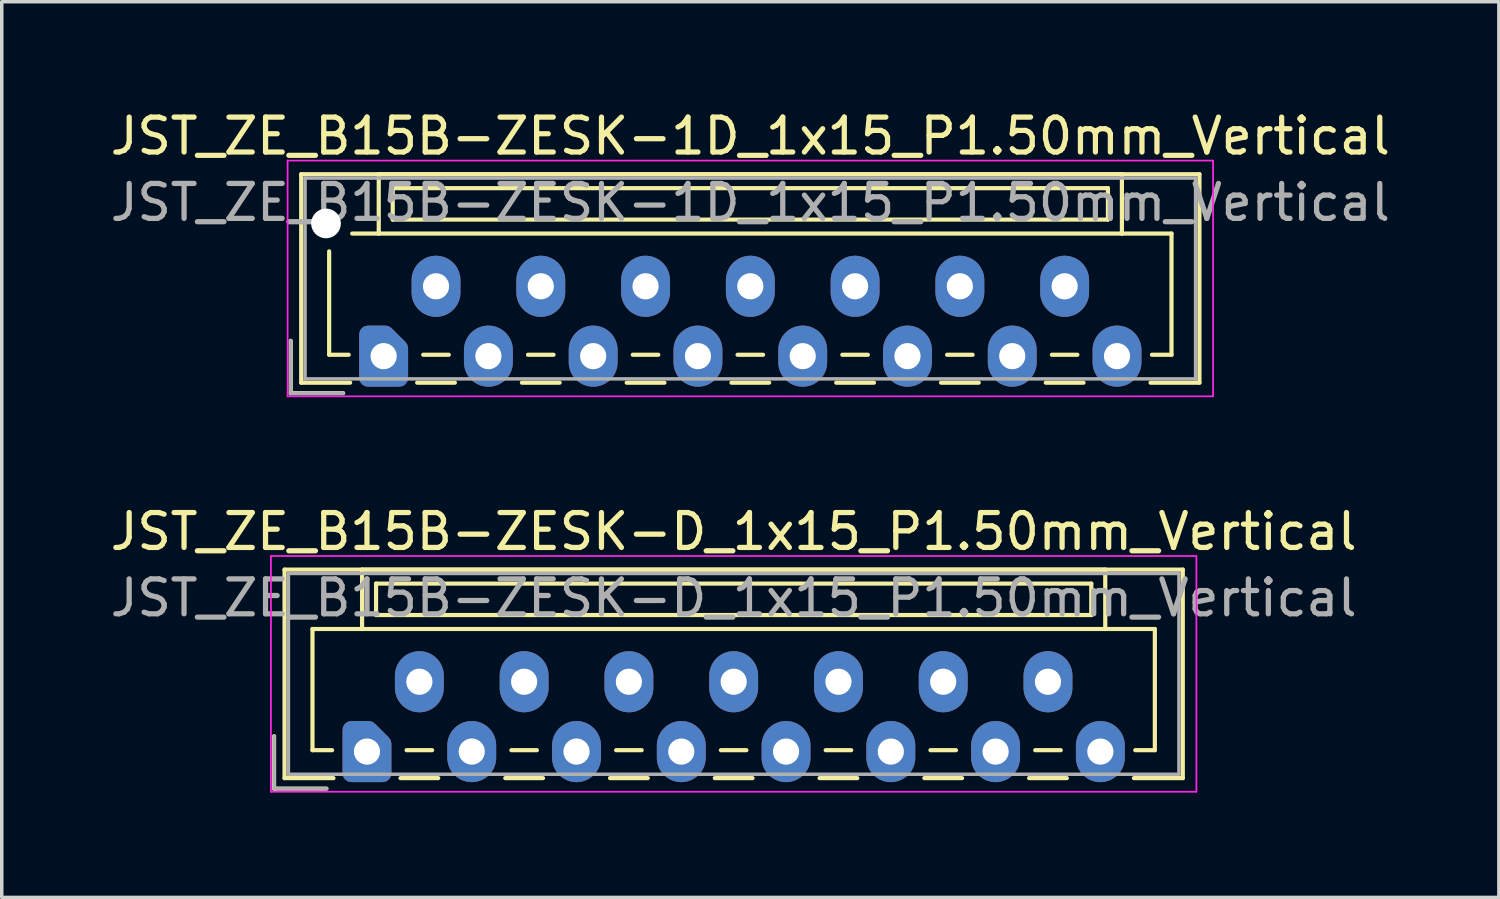
<source format=kicad_pcb>
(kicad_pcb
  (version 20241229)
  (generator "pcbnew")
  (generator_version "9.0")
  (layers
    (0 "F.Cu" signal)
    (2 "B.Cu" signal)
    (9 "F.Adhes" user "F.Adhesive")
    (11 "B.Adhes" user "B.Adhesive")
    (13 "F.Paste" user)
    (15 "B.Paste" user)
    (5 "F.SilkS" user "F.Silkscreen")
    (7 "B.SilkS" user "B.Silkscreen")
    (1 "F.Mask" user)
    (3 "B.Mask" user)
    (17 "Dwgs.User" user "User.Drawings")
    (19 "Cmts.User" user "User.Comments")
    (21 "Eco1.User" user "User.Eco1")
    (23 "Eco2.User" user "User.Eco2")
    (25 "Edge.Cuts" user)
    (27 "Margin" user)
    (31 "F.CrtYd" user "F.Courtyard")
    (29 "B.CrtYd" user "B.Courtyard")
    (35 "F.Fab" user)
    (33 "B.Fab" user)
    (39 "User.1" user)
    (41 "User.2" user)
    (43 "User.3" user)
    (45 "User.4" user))
  (footprint "JST_ZE_B15B-ZESK-D_1x15_P1.50mm_Vertical"
    (layer "F.Cu")
    (at 7.458 18.471)
    (property "Reference" "JST_ZE_B15B-ZESK-D_1x15_P1.50mm_Vertical" (at 10.5 -6.3 0) (layer "F.SilkS") (effects (font (size 1 1) (thickness 0.15))))
    (attr through_hole)
    (fp_line (start -2.66 -0.44) (end -2.66 1.06) (stroke (width 0.12) (type solid)) (layer "F.SilkS"))
    (fp_line (start -2.66 1.06) (end -1.16 1.06) (stroke (width 0.12) (type solid)) (layer "F.SilkS"))
    (fp_line (start -2.36 -5.21) (end 23.36 -5.21) (stroke (width 0.12) (type solid)) (layer "F.SilkS"))
    (fp_line (start -2.36 0.76) (end -2.36 -5.21) (stroke (width 0.12) (type solid)) (layer "F.SilkS"))
    (fp_line (start -1.56 -3.51) (end -1.56 -0.04) (stroke (width 0.12) (type solid)) (layer "F.SilkS"))
    (fp_line (start -1.56 -0.04) (end -1 -0.04) (stroke (width 0.12) (type solid)) (layer "F.SilkS"))
    (fp_line (start -0.96 0.76) (end -2.36 0.76) (stroke (width 0.12) (type solid)) (layer "F.SilkS"))
    (fp_line (start -0.14 -5.21) (end -0.14 -3.51) (stroke (width 0.12) (type solid)) (layer "F.SilkS"))
    (fp_line (start -0.14 -3.51) (end -1.56 -3.51) (stroke (width 0.12) (type solid)) (layer "F.SilkS"))
    (fp_line (start -0.14 -3.51) (end 21.14 -3.51) (stroke (width 0.12) (type solid)) (layer "F.SilkS"))
    (fp_line (start 0.26 -4.81) (end 0.26 -3.91) (stroke (width 0.12) (type solid)) (layer "F.SilkS"))
    (fp_line (start 0.26 -3.91) (end 20.74 -3.91) (stroke (width 0.12) (type solid)) (layer "F.SilkS"))
    (fp_line (start 0.96 0.76) (end 2.04 0.76) (stroke (width 0.12) (type solid)) (layer "F.SilkS"))
    (fp_line (start 1.135 -0.04) (end 1.865 -0.04) (stroke (width 0.12) (type solid)) (layer "F.SilkS"))
    (fp_line (start 3.96 0.76) (end 5.04 0.76) (stroke (width 0.12) (type solid)) (layer "F.SilkS"))
    (fp_line (start 4.135 -0.04) (end 4.865 -0.04) (stroke (width 0.12) (type solid)) (layer "F.SilkS"))
    (fp_line (start 6.96 0.76) (end 8.04 0.76) (stroke (width 0.12) (type solid)) (layer "F.SilkS"))
    (fp_line (start 7.135 -0.04) (end 7.865 -0.04) (stroke (width 0.12) (type solid)) (layer "F.SilkS"))
    (fp_line (start 9.96 0.76) (end 11.04 0.76) (stroke (width 0.12) (type solid)) (layer "F.SilkS"))
    (fp_line (start 10.135 -0.04) (end 10.865 -0.04) (stroke (width 0.12) (type solid)) (layer "F.SilkS"))
    (fp_line (start 12.96 0.76) (end 14.04 0.76) (stroke (width 0.12) (type solid)) (layer "F.SilkS"))
    (fp_line (start 13.135 -0.04) (end 13.865 -0.04) (stroke (width 0.12) (type solid)) (layer "F.SilkS"))
    (fp_line (start 15.96 0.76) (end 17.04 0.76) (stroke (width 0.12) (type solid)) (layer "F.SilkS"))
    (fp_line (start 16.135 -0.04) (end 16.865 -0.04) (stroke (width 0.12) (type solid)) (layer "F.SilkS"))
    (fp_line (start 18.96 0.76) (end 20.04 0.76) (stroke (width 0.12) (type solid)) (layer "F.SilkS"))
    (fp_line (start 19.135 -0.04) (end 19.865 -0.04) (stroke (width 0.12) (type solid)) (layer "F.SilkS"))
    (fp_line (start 20.74 -4.81) (end 0.26 -4.81) (stroke (width 0.12) (type solid)) (layer "F.SilkS"))
    (fp_line (start 20.74 -3.91) (end 20.74 -4.81) (stroke (width 0.12) (type solid)) (layer "F.SilkS"))
    (fp_line (start 21.14 -5.21) (end -0.14 -5.21) (stroke (width 0.12) (type solid)) (layer "F.SilkS"))
    (fp_line (start 21.14 -3.51) (end 21.14 -5.21) (stroke (width 0.12) (type solid)) (layer "F.SilkS"))
    (fp_line (start 21.14 -3.51) (end 22.56 -3.51) (stroke (width 0.12) (type solid)) (layer "F.SilkS"))
    (fp_line (start 22.56 -3.51) (end 22.56 -0.04) (stroke (width 0.12) (type solid)) (layer "F.SilkS"))
    (fp_line (start 22.56 -0.04) (end 22 -0.04) (stroke (width 0.12) (type solid)) (layer "F.SilkS"))
    (fp_line (start 23.36 -5.21) (end 23.36 0.76) (stroke (width 0.12) (type solid)) (layer "F.SilkS"))
    (fp_line (start 23.36 0.76) (end 21.96 0.76) (stroke (width 0.12) (type solid)) (layer "F.SilkS"))
    (fp_line (start -2.75 -5.6) (end -2.75 1.15) (stroke (width 0.05) (type solid)) (layer "F.CrtYd"))
    (fp_line (start -2.75 1.15) (end 23.75 1.15) (stroke (width 0.05) (type solid)) (layer "F.CrtYd"))
    (fp_line (start 23.75 -5.6) (end -2.75 -5.6) (stroke (width 0.05) (type solid)) (layer "F.CrtYd"))
    (fp_line (start 23.75 1.15) (end 23.75 -5.6) (stroke (width 0.05) (type solid)) (layer "F.CrtYd"))
    (fp_line (start -2.66 -0.44) (end -2.66 1.06) (stroke (width 0.1) (type solid)) (layer "F.Fab"))
    (fp_line (start -2.66 1.06) (end -1.16 1.06) (stroke (width 0.1) (type solid)) (layer "F.Fab"))
    (fp_line (start -2.25 -5.1) (end -2.25 0.65) (stroke (width 0.1) (type solid)) (layer "F.Fab"))
    (fp_line (start -2.25 0.65) (end 23.25 0.65) (stroke (width 0.1) (type solid)) (layer "F.Fab"))
    (fp_line (start 23.25 -5.1) (end -2.25 -5.1) (stroke (width 0.1) (type solid)) (layer "F.Fab"))
    (fp_line (start 23.25 0.65) (end 23.25 -5.1) (stroke (width 0.1) (type solid)) (layer "F.Fab"))
    (fp_text user "${REFERENCE}" (at 10.5 -4.4 0) (layer "F.Fab") (effects (font (size 1 1) (thickness 0.15))))
    (pad "1" thru_hole custom (at 0 0) (size 1.117 1.117) (drill 0.75) (layers "*.Cu" "*.Mask") (options (anchor circle)) (primitives (gr_poly (pts (xy -0.45 -0.625) (xy 0.05 -0.625) (xy 0.45 -0.225) (xy 0.45 0.625) (xy -0.45 0.625)) (width 0.5) (fill yes))))
    (pad "2" thru_hole oval (at 1.5 -2) (size 1.4 1.75) (drill 0.75) (layers "*.Cu" "*.Mask"))
    (pad "3" thru_hole oval (at 3 0) (size 1.4 1.75) (drill 0.75) (layers "*.Cu" "*.Mask"))
    (pad "4" thru_hole oval (at 4.5 -2) (size 1.4 1.75) (drill 0.75) (layers "*.Cu" "*.Mask"))
    (pad "5" thru_hole oval (at 6 0) (size 1.4 1.75) (drill 0.75) (layers "*.Cu" "*.Mask"))
    (pad "6" thru_hole oval (at 7.5 -2) (size 1.4 1.75) (drill 0.75) (layers "*.Cu" "*.Mask"))
    (pad "7" thru_hole oval (at 9 0) (size 1.4 1.75) (drill 0.75) (layers "*.Cu" "*.Mask"))
    (pad "8" thru_hole oval (at 10.5 -2) (size 1.4 1.75) (drill 0.75) (layers "*.Cu" "*.Mask"))
    (pad "9" thru_hole oval (at 12 0) (size 1.4 1.75) (drill 0.75) (layers "*.Cu" "*.Mask"))
    (pad "10" thru_hole oval (at 13.5 -2) (size 1.4 1.75) (drill 0.75) (layers "*.Cu" "*.Mask"))
    (pad "11" thru_hole oval (at 15 0) (size 1.4 1.75) (drill 0.75) (layers "*.Cu" "*.Mask"))
    (pad "12" thru_hole oval (at 16.5 -2) (size 1.4 1.75) (drill 0.75) (layers "*.Cu" "*.Mask"))
    (pad "13" thru_hole oval (at 18 0) (size 1.4 1.75) (drill 0.75) (layers "*.Cu" "*.Mask"))
    (pad "14" thru_hole oval (at 19.5 -2) (size 1.4 1.75) (drill 0.75) (layers "*.Cu" "*.Mask"))
    (pad "15" thru_hole oval (at 21 0) (size 1.4 1.75) (drill 0.75) (layers "*.Cu" "*.Mask")))
  (footprint "JST_ZE_B15B-ZESK-1D_1x15_P1.50mm_Vertical"
    (layer "F.Cu")
    (at 7.935 7.148)
    (property "Reference" "JST_ZE_B15B-ZESK-1D_1x15_P1.50mm_Vertical" (at 10.5 -6.3 0) (layer "F.SilkS") (effects (font (size 1 1) (thickness 0.15))))
    (attr through_hole)
    (fp_line (start -2.66 -0.44) (end -2.66 1.06) (stroke (width 0.12) (type solid)) (layer "F.SilkS"))
    (fp_line (start -2.66 1.06) (end -1.16 1.06) (stroke (width 0.12) (type solid)) (layer "F.SilkS"))
    (fp_line (start -2.36 -5.21) (end 23.36 -5.21) (stroke (width 0.12) (type solid)) (layer "F.SilkS"))
    (fp_line (start -2.36 0.76) (end -2.36 -5.21) (stroke (width 0.12) (type solid)) (layer "F.SilkS"))
    (fp_line (start -1.56 -3) (end -1.56 -0.04) (stroke (width 0.12) (type solid)) (layer "F.SilkS"))
    (fp_line (start -1.56 -0.04) (end -1 -0.04) (stroke (width 0.12) (type solid)) (layer "F.SilkS"))
    (fp_line (start -0.96 0.76) (end -2.36 0.76) (stroke (width 0.12) (type solid)) (layer "F.SilkS"))
    (fp_line (start -0.14 -5.21) (end -0.14 -3.51) (stroke (width 0.12) (type solid)) (layer "F.SilkS"))
    (fp_line (start -0.14 -3.51) (end -0.9 -3.51) (stroke (width 0.12) (type solid)) (layer "F.SilkS"))
    (fp_line (start -0.14 -3.51) (end 21.14 -3.51) (stroke (width 0.12) (type solid)) (layer "F.SilkS"))
    (fp_line (start 0.26 -4.81) (end 0.26 -3.91) (stroke (width 0.12) (type solid)) (layer "F.SilkS"))
    (fp_line (start 0.26 -3.91) (end 20.74 -3.91) (stroke (width 0.12) (type solid)) (layer "F.SilkS"))
    (fp_line (start 0.96 0.76) (end 2.04 0.76) (stroke (width 0.12) (type solid)) (layer "F.SilkS"))
    (fp_line (start 1.135 -0.04) (end 1.865 -0.04) (stroke (width 0.12) (type solid)) (layer "F.SilkS"))
    (fp_line (start 3.96 0.76) (end 5.04 0.76) (stroke (width 0.12) (type solid)) (layer "F.SilkS"))
    (fp_line (start 4.135 -0.04) (end 4.865 -0.04) (stroke (width 0.12) (type solid)) (layer "F.SilkS"))
    (fp_line (start 6.96 0.76) (end 8.04 0.76) (stroke (width 0.12) (type solid)) (layer "F.SilkS"))
    (fp_line (start 7.135 -0.04) (end 7.865 -0.04) (stroke (width 0.12) (type solid)) (layer "F.SilkS"))
    (fp_line (start 9.96 0.76) (end 11.04 0.76) (stroke (width 0.12) (type solid)) (layer "F.SilkS"))
    (fp_line (start 10.135 -0.04) (end 10.865 -0.04) (stroke (width 0.12) (type solid)) (layer "F.SilkS"))
    (fp_line (start 12.96 0.76) (end 14.04 0.76) (stroke (width 0.12) (type solid)) (layer "F.SilkS"))
    (fp_line (start 13.135 -0.04) (end 13.865 -0.04) (stroke (width 0.12) (type solid)) (layer "F.SilkS"))
    (fp_line (start 15.96 0.76) (end 17.04 0.76) (stroke (width 0.12) (type solid)) (layer "F.SilkS"))
    (fp_line (start 16.135 -0.04) (end 16.865 -0.04) (stroke (width 0.12) (type solid)) (layer "F.SilkS"))
    (fp_line (start 18.96 0.76) (end 20.04 0.76) (stroke (width 0.12) (type solid)) (layer "F.SilkS"))
    (fp_line (start 19.135 -0.04) (end 19.865 -0.04) (stroke (width 0.12) (type solid)) (layer "F.SilkS"))
    (fp_line (start 20.74 -4.81) (end 0.26 -4.81) (stroke (width 0.12) (type solid)) (layer "F.SilkS"))
    (fp_line (start 20.74 -3.91) (end 20.74 -4.81) (stroke (width 0.12) (type solid)) (layer "F.SilkS"))
    (fp_line (start 21.14 -5.21) (end -0.14 -5.21) (stroke (width 0.12) (type solid)) (layer "F.SilkS"))
    (fp_line (start 21.14 -3.51) (end 21.14 -5.21) (stroke (width 0.12) (type solid)) (layer "F.SilkS"))
    (fp_line (start 21.14 -3.51) (end 22.56 -3.51) (stroke (width 0.12) (type solid)) (layer "F.SilkS"))
    (fp_line (start 22.56 -3.51) (end 22.56 -0.04) (stroke (width 0.12) (type solid)) (layer "F.SilkS"))
    (fp_line (start 22.56 -0.04) (end 22 -0.04) (stroke (width 0.12) (type solid)) (layer "F.SilkS"))
    (fp_line (start 23.36 -5.21) (end 23.36 0.76) (stroke (width 0.12) (type solid)) (layer "F.SilkS"))
    (fp_line (start 23.36 0.76) (end 21.96 0.76) (stroke (width 0.12) (type solid)) (layer "F.SilkS"))
    (fp_line (start -2.75 -5.6) (end -2.75 1.15) (stroke (width 0.05) (type solid)) (layer "F.CrtYd"))
    (fp_line (start -2.75 1.15) (end 23.75 1.15) (stroke (width 0.05) (type solid)) (layer "F.CrtYd"))
    (fp_line (start 23.75 -5.6) (end -2.75 -5.6) (stroke (width 0.05) (type solid)) (layer "F.CrtYd"))
    (fp_line (start 23.75 1.15) (end 23.75 -5.6) (stroke (width 0.05) (type solid)) (layer "F.CrtYd"))
    (fp_line (start -2.66 -0.44) (end -2.66 1.06) (stroke (width 0.1) (type solid)) (layer "F.Fab"))
    (fp_line (start -2.66 1.06) (end -1.16 1.06) (stroke (width 0.1) (type solid)) (layer "F.Fab"))
    (fp_line (start -2.25 -5.1) (end -2.25 0.65) (stroke (width 0.1) (type solid)) (layer "F.Fab"))
    (fp_line (start -2.25 0.65) (end 23.25 0.65) (stroke (width 0.1) (type solid)) (layer "F.Fab"))
    (fp_line (start 23.25 -5.1) (end -2.25 -5.1) (stroke (width 0.1) (type solid)) (layer "F.Fab"))
    (fp_line (start 23.25 0.65) (end 23.25 -5.1) (stroke (width 0.1) (type solid)) (layer "F.Fab"))
    (fp_text user "${REFERENCE}" (at 10.5 -4.4 0) (layer "F.Fab") (effects (font (size 1 1) (thickness 0.15))))
    (pad "" np_thru_hole circle (at -1.65 -3.8) (size 0.85 0.85) (drill 0.85) (layers "*.Cu" "*.Mask"))
    (pad "1" thru_hole custom (at 0 0) (size 1.117 1.117) (drill 0.75) (layers "*.Cu" "*.Mask") (options (anchor circle)) (primitives (gr_poly (pts (xy -0.45 -0.625) (xy 0.05 -0.625) (xy 0.45 -0.225) (xy 0.45 0.625) (xy -0.45 0.625)) (width 0.5) (fill yes))))
    (pad "2" thru_hole oval (at 1.5 -2) (size 1.4 1.75) (drill 0.75) (layers "*.Cu" "*.Mask"))
    (pad "3" thru_hole oval (at 3 0) (size 1.4 1.75) (drill 0.75) (layers "*.Cu" "*.Mask"))
    (pad "4" thru_hole oval (at 4.5 -2) (size 1.4 1.75) (drill 0.75) (layers "*.Cu" "*.Mask"))
    (pad "5" thru_hole oval (at 6 0) (size 1.4 1.75) (drill 0.75) (layers "*.Cu" "*.Mask"))
    (pad "6" thru_hole oval (at 7.5 -2) (size 1.4 1.75) (drill 0.75) (layers "*.Cu" "*.Mask"))
    (pad "7" thru_hole oval (at 9 0) (size 1.4 1.75) (drill 0.75) (layers "*.Cu" "*.Mask"))
    (pad "8" thru_hole oval (at 10.5 -2) (size 1.4 1.75) (drill 0.75) (layers "*.Cu" "*.Mask"))
    (pad "9" thru_hole oval (at 12 0) (size 1.4 1.75) (drill 0.75) (layers "*.Cu" "*.Mask"))
    (pad "10" thru_hole oval (at 13.5 -2) (size 1.4 1.75) (drill 0.75) (layers "*.Cu" "*.Mask"))
    (pad "11" thru_hole oval (at 15 0) (size 1.4 1.75) (drill 0.75) (layers "*.Cu" "*.Mask"))
    (pad "12" thru_hole oval (at 16.5 -2) (size 1.4 1.75) (drill 0.75) (layers "*.Cu" "*.Mask"))
    (pad "13" thru_hole oval (at 18 0) (size 1.4 1.75) (drill 0.75) (layers "*.Cu" "*.Mask"))
    (pad "14" thru_hole oval (at 19.5 -2) (size 1.4 1.75) (drill 0.75) (layers "*.Cu" "*.Mask"))
    (pad "15" thru_hole oval (at 21 0) (size 1.4 1.75) (drill 0.75) (layers "*.Cu" "*.Mask")))
  (gr_rect
    (start -3 -3)
    (end 39.869 22.646)
    (stroke (width 0.1) (type default))
    (fill no)
    (layer "Edge.Cuts")))
</source>
